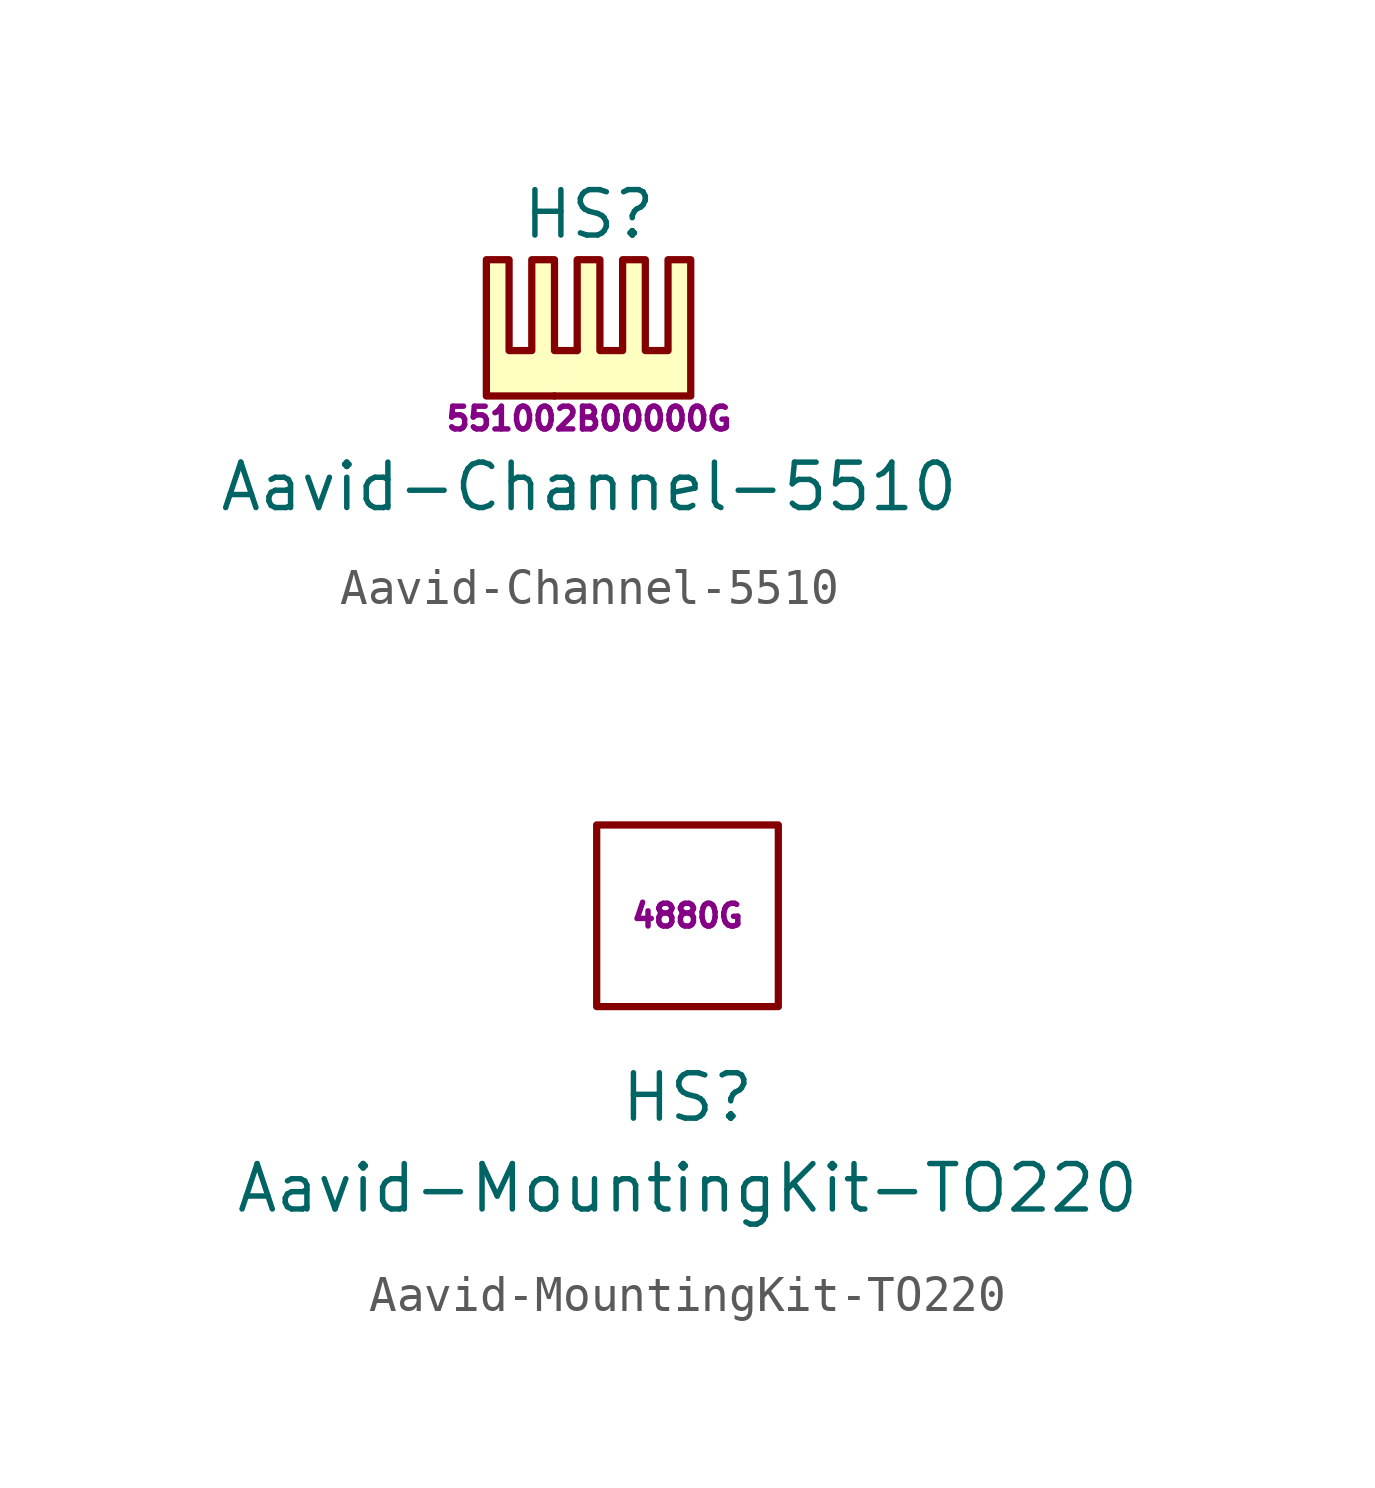
<source format=kicad_sym>
(kicad_symbol_lib
  (version 20201005)
  (generator kicad_symbol_editor)
  (symbol "Aavid-Channel-5510"
    (pin_names
      (offset 1.016))
    (property "Reference" "HS"
      (at 0 5.08 0)
      (effects (font (size 1.27 1.27))))
    (property "Value" "Aavid-Channel-5510"
      (at 0 -2.54 0)
      (effects (font (size 1.27 1.27))))
    (property "MPN" "551002B00000G"
      (at 0 -0.635 0)
      (effects (font (size 0.635 0.635))))
    (symbol "Aavid-Channel-5510_0_1"
      (polyline (pts (xy -0.33 1.27) (xy -0.965 1.27) (xy -0.965 3.81) (xy -1.6 3.81) (xy -1.6 1.27) (xy -2.235 1.27) (xy -2.235 3.81) (xy -2.87 3.81) (xy -2.87 0) (xy -0.965 0)) (stroke (width 0.203)) (fill (type background)))
      (polyline (pts (xy -0.33 1.27) (xy -0.33 3.81) (xy 0.305 3.81) (xy 0.305 1.27) (xy 0.94 1.27) (xy 0.94 3.81) (xy 1.575 3.81) (xy 1.575 1.27) (xy 2.21 1.27) (xy 2.21 3.81) (xy 2.845 3.81) (xy 2.845 0) (xy -0.965 0)) (stroke (width 0.203)) (fill (type background)))))
  (symbol "Aavid-MountingKit-TO220"
    (pin_names
      (offset 1.016))
    (property "Reference" "HS"
      (at 0 -5.08 0)
      (effects (font (size 1.27 1.27))))
    (property "Value" "Aavid-MountingKit-TO220"
      (at 0 -7.62 0)
      (effects (font (size 1.27 1.27))))
    (property "MPN" "4880G"
      (at 0 0 0)
      (effects (font (size 0.635 0.635))))
    (symbol "Aavid-MountingKit-TO220_0_1"
      (rectangle (start -2.54 2.54) (end 2.54 -2.54) (stroke (width 0.203)) (fill (type none))))))
</source>
